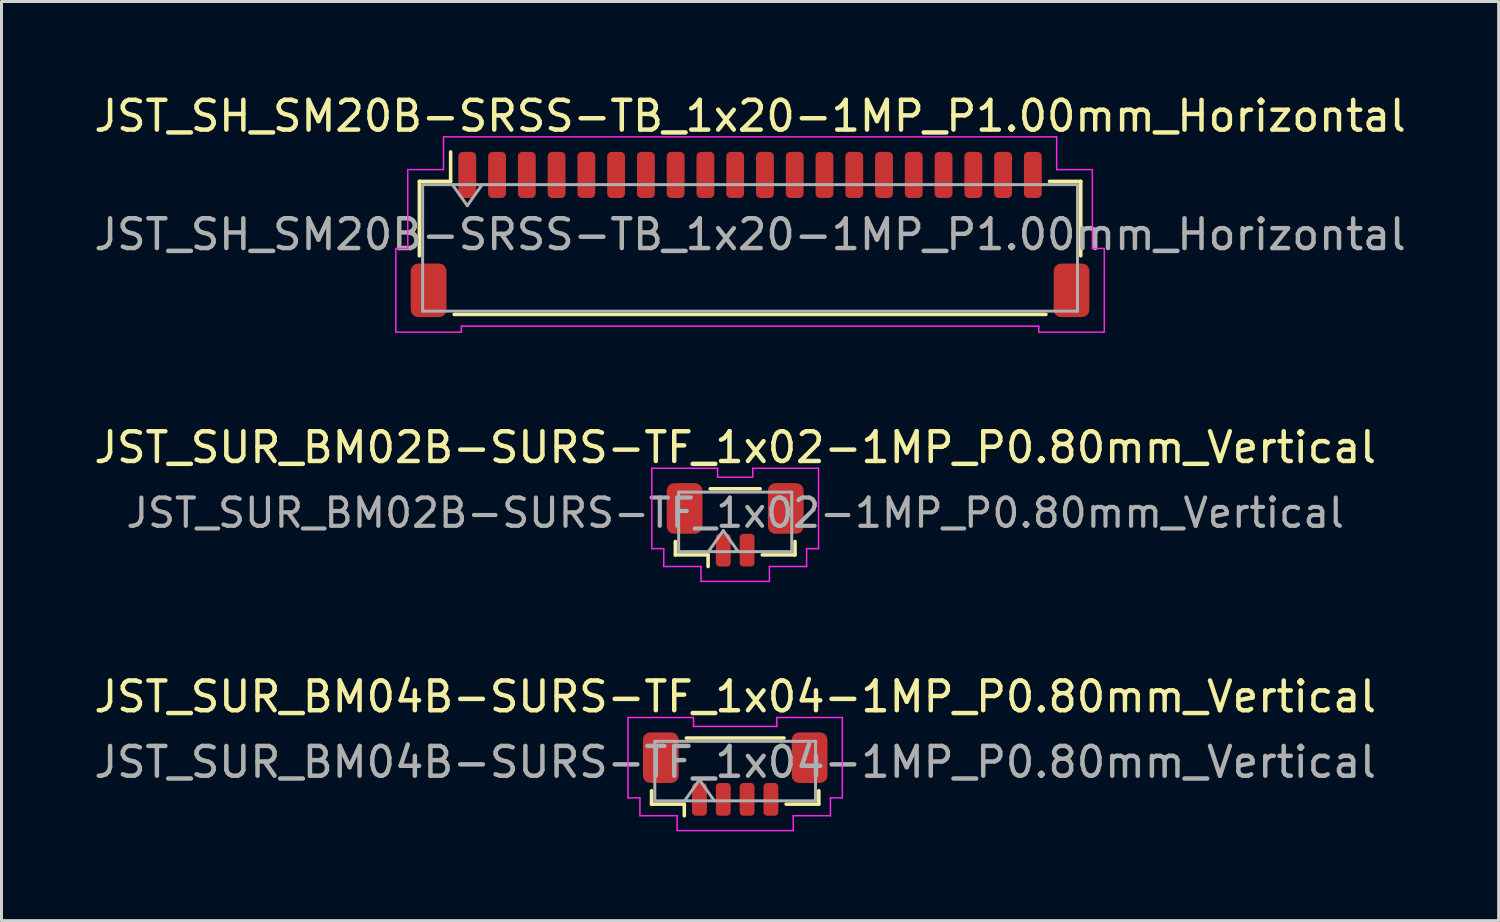
<source format=kicad_pcb>
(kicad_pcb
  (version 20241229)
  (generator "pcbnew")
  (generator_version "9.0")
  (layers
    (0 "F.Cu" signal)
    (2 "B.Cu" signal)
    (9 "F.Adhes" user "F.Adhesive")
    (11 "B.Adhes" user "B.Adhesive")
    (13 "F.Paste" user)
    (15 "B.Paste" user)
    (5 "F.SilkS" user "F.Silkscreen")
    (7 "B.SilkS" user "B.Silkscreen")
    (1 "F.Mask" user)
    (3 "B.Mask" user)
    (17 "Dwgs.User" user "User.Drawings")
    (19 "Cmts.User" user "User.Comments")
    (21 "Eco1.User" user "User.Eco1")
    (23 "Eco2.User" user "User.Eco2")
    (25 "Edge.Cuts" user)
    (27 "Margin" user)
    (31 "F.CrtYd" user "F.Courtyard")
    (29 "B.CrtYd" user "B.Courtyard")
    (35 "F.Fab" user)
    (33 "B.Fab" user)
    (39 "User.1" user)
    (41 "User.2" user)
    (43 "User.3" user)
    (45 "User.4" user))
  (footprint "JST_SUR_BM04B-SURS-TF_1x04-1MP_P0.80mm_Vertical"
    (layer "F.Cu")
    (at 21.649 22.955)
    (property "Reference" "JST_SUR_BM04B-SURS-TF_1x04-1MP_P0.80mm_Vertical" (at 0 -2.6 0) (layer "F.SilkS") (effects (font (size 1 1) (thickness 0.15))))
    (attr smd)
    (fp_line (start -2.81 0.56) (end -2.81 1.01) (stroke (width 0.12) (type solid)) (layer "F.SilkS"))
    (fp_line (start -2.81 1.01) (end -1.71 1.01) (stroke (width 0.12) (type solid)) (layer "F.SilkS"))
    (fp_line (start -1.71 1.01) (end -1.71 1.4) (stroke (width 0.12) (type solid)) (layer "F.SilkS"))
    (fp_line (start -1.64 -1.21) (end 1.64 -1.21) (stroke (width 0.12) (type solid)) (layer "F.SilkS"))
    (fp_line (start 2.81 0.56) (end 2.81 1.01) (stroke (width 0.12) (type solid)) (layer "F.SilkS"))
    (fp_line (start 2.81 1.01) (end 1.71 1.01) (stroke (width 0.12) (type solid)) (layer "F.SilkS"))
    (fp_line (start -3.6 -1.9) (end -1.4 -1.9) (stroke (width 0.05) (type solid)) (layer "F.CrtYd"))
    (fp_line (start -3.6 0.8) (end -3.6 -1.9) (stroke (width 0.05) (type solid)) (layer "F.CrtYd"))
    (fp_line (start -3.2 0.8) (end -3.6 0.8) (stroke (width 0.05) (type solid)) (layer "F.CrtYd"))
    (fp_line (start -3.2 1.4) (end -3.2 0.8) (stroke (width 0.05) (type solid)) (layer "F.CrtYd"))
    (fp_line (start -1.95 1.4) (end -3.2 1.4) (stroke (width 0.05) (type solid)) (layer "F.CrtYd"))
    (fp_line (start -1.95 1.9) (end -1.95 1.4) (stroke (width 0.05) (type solid)) (layer "F.CrtYd"))
    (fp_line (start -1.4 -1.9) (end -1.4 -1.6) (stroke (width 0.05) (type solid)) (layer "F.CrtYd"))
    (fp_line (start -1.4 -1.6) (end 1.4 -1.6) (stroke (width 0.05) (type solid)) (layer "F.CrtYd"))
    (fp_line (start 1.4 -1.9) (end 3.6 -1.9) (stroke (width 0.05) (type solid)) (layer "F.CrtYd"))
    (fp_line (start 1.4 -1.6) (end 1.4 -1.9) (stroke (width 0.05) (type solid)) (layer "F.CrtYd"))
    (fp_line (start 1.95 1.4) (end 1.95 1.9) (stroke (width 0.05) (type solid)) (layer "F.CrtYd"))
    (fp_line (start 1.95 1.9) (end -1.95 1.9) (stroke (width 0.05) (type solid)) (layer "F.CrtYd"))
    (fp_line (start 3.2 0.8) (end 3.2 1.4) (stroke (width 0.05) (type solid)) (layer "F.CrtYd"))
    (fp_line (start 3.2 1.4) (end 1.95 1.4) (stroke (width 0.05) (type solid)) (layer "F.CrtYd"))
    (fp_line (start 3.6 -1.9) (end 3.6 0.8) (stroke (width 0.05) (type solid)) (layer "F.CrtYd"))
    (fp_line (start 3.6 0.8) (end 3.2 0.8) (stroke (width 0.05) (type solid)) (layer "F.CrtYd"))
    (fp_line (start -2.7 -1.1) (end 2.7 -1.1) (stroke (width 0.1) (type solid)) (layer "F.Fab"))
    (fp_line (start -2.7 0.9) (end -2.7 -1.1) (stroke (width 0.1) (type solid)) (layer "F.Fab"))
    (fp_line (start -2.7 0.9) (end 2.7 0.9) (stroke (width 0.1) (type solid)) (layer "F.Fab"))
    (fp_line (start -1.7 0.9) (end -1.2 0.193) (stroke (width 0.1) (type solid)) (layer "F.Fab"))
    (fp_line (start -1.2 0.193) (end -0.7 0.9) (stroke (width 0.1) (type solid)) (layer "F.Fab"))
    (fp_line (start 2.7 0.9) (end 2.7 -1.1) (stroke (width 0.1) (type solid)) (layer "F.Fab"))
    (fp_text user "${REFERENCE}" (at 0 -0.4 0) (layer "F.Fab") (effects (font (size 1 1) (thickness 0.15))))
    (pad "1" smd roundrect (at -1.2 0.85) (size 0.5 1.1) (layers "F.Cu" "F.Mask" "F.Paste") (roundrect_rratio 0.25))
    (pad "2" smd roundrect (at -0.4 0.85) (size 0.5 1.1) (layers "F.Cu" "F.Mask" "F.Paste") (roundrect_rratio 0.25))
    (pad "3" smd roundrect (at 0.4 0.85) (size 0.5 1.1) (layers "F.Cu" "F.Mask" "F.Paste") (roundrect_rratio 0.25))
    (pad "4" smd roundrect (at 1.2 0.85) (size 0.5 1.1) (layers "F.Cu" "F.Mask" "F.Paste") (roundrect_rratio 0.25))
    (pad "MP" smd roundrect (at -2.5 -0.55) (size 1.2 1.7) (layers "F.Cu" "F.Mask" "F.Paste") (roundrect_rratio 0.208))
    (pad "MP" smd roundrect (at 2.5 -0.55) (size 1.2 1.7) (layers "F.Cu" "F.Mask" "F.Paste") (roundrect_rratio 0.208)))
  (footprint "JST_SH_SM20B-SRSS-TB_1x20-1MP_P1.00mm_Horizontal"
    (layer "F.Cu")
    (at 22.149 4.828)
    (property "Reference" "JST_SH_SM20B-SRSS-TB_1x20-1MP_P1.00mm_Horizontal" (at 0 -3.98 0) (layer "F.SilkS") (effects (font (size 1 1) (thickness 0.15))))
    (attr smd)
    (fp_line (start -11.11 -1.785) (end -10.06 -1.785) (stroke (width 0.12) (type solid)) (layer "F.SilkS"))
    (fp_line (start -11.11 0.715) (end -11.11 -1.785) (stroke (width 0.12) (type solid)) (layer "F.SilkS"))
    (fp_line (start -10.06 -1.785) (end -10.06 -2.775) (stroke (width 0.12) (type solid)) (layer "F.SilkS"))
    (fp_line (start -9.94 2.685) (end 9.94 2.685) (stroke (width 0.12) (type solid)) (layer "F.SilkS"))
    (fp_line (start 11.11 -1.785) (end 10.06 -1.785) (stroke (width 0.12) (type solid)) (layer "F.SilkS"))
    (fp_line (start 11.11 0.715) (end 11.11 -1.785) (stroke (width 0.12) (type solid)) (layer "F.SilkS"))
    (fp_line (start -11.9 0.47) (end -11.5 0.47) (stroke (width 0.05) (type solid)) (layer "F.CrtYd"))
    (fp_line (start -11.9 3.28) (end -11.9 0.47) (stroke (width 0.05) (type solid)) (layer "F.CrtYd"))
    (fp_line (start -11.5 -2.18) (end -10.3 -2.18) (stroke (width 0.05) (type solid)) (layer "F.CrtYd"))
    (fp_line (start -11.5 0.47) (end -11.5 -2.18) (stroke (width 0.05) (type solid)) (layer "F.CrtYd"))
    (fp_line (start -10.3 -3.28) (end 10.3 -3.28) (stroke (width 0.05) (type solid)) (layer "F.CrtYd"))
    (fp_line (start -10.3 -2.18) (end -10.3 -3.28) (stroke (width 0.05) (type solid)) (layer "F.CrtYd"))
    (fp_line (start -9.7 3.08) (end -9.7 3.28) (stroke (width 0.05) (type solid)) (layer "F.CrtYd"))
    (fp_line (start -9.7 3.28) (end -11.9 3.28) (stroke (width 0.05) (type solid)) (layer "F.CrtYd"))
    (fp_line (start 9.7 3.08) (end -9.7 3.08) (stroke (width 0.05) (type solid)) (layer "F.CrtYd"))
    (fp_line (start 9.7 3.28) (end 9.7 3.08) (stroke (width 0.05) (type solid)) (layer "F.CrtYd"))
    (fp_line (start 10.3 -3.28) (end 10.3 -2.18) (stroke (width 0.05) (type solid)) (layer "F.CrtYd"))
    (fp_line (start 10.3 -2.18) (end 11.5 -2.18) (stroke (width 0.05) (type solid)) (layer "F.CrtYd"))
    (fp_line (start 11.5 -2.18) (end 11.5 0.47) (stroke (width 0.05) (type solid)) (layer "F.CrtYd"))
    (fp_line (start 11.5 0.47) (end 11.9 0.47) (stroke (width 0.05) (type solid)) (layer "F.CrtYd"))
    (fp_line (start 11.9 0.47) (end 11.9 3.28) (stroke (width 0.05) (type solid)) (layer "F.CrtYd"))
    (fp_line (start 11.9 3.28) (end 9.7 3.28) (stroke (width 0.05) (type solid)) (layer "F.CrtYd"))
    (fp_line (start -11 -1.675) (end -11 2.575) (stroke (width 0.1) (type solid)) (layer "F.Fab"))
    (fp_line (start -11 -1.675) (end 11 -1.675) (stroke (width 0.1) (type solid)) (layer "F.Fab"))
    (fp_line (start -11 2.575) (end 11 2.575) (stroke (width 0.1) (type solid)) (layer "F.Fab"))
    (fp_line (start -10 -1.675) (end -9.5 -0.968) (stroke (width 0.1) (type solid)) (layer "F.Fab"))
    (fp_line (start -9.5 -0.968) (end -9 -1.675) (stroke (width 0.1) (type solid)) (layer "F.Fab"))
    (fp_line (start 11 -1.675) (end 11 2.575) (stroke (width 0.1) (type solid)) (layer "F.Fab"))
    (fp_text user "${REFERENCE}" (at 0 0 0) (layer "F.Fab") (effects (font (size 1 1) (thickness 0.15))))
    (pad "1" smd roundrect (at -9.5 -2) (size 0.6 1.55) (layers "F.Cu" "F.Mask" "F.Paste") (roundrect_rratio 0.25))
    (pad "2" smd roundrect (at -8.5 -2) (size 0.6 1.55) (layers "F.Cu" "F.Mask" "F.Paste") (roundrect_rratio 0.25))
    (pad "3" smd roundrect (at -7.5 -2) (size 0.6 1.55) (layers "F.Cu" "F.Mask" "F.Paste") (roundrect_rratio 0.25))
    (pad "4" smd roundrect (at -6.5 -2) (size 0.6 1.55) (layers "F.Cu" "F.Mask" "F.Paste") (roundrect_rratio 0.25))
    (pad "5" smd roundrect (at -5.5 -2) (size 0.6 1.55) (layers "F.Cu" "F.Mask" "F.Paste") (roundrect_rratio 0.25))
    (pad "6" smd roundrect (at -4.5 -2) (size 0.6 1.55) (layers "F.Cu" "F.Mask" "F.Paste") (roundrect_rratio 0.25))
    (pad "7" smd roundrect (at -3.5 -2) (size 0.6 1.55) (layers "F.Cu" "F.Mask" "F.Paste") (roundrect_rratio 0.25))
    (pad "8" smd roundrect (at -2.5 -2) (size 0.6 1.55) (layers "F.Cu" "F.Mask" "F.Paste") (roundrect_rratio 0.25))
    (pad "9" smd roundrect (at -1.5 -2) (size 0.6 1.55) (layers "F.Cu" "F.Mask" "F.Paste") (roundrect_rratio 0.25))
    (pad "10" smd roundrect (at -0.5 -2) (size 0.6 1.55) (layers "F.Cu" "F.Mask" "F.Paste") (roundrect_rratio 0.25))
    (pad "11" smd roundrect (at 0.5 -2) (size 0.6 1.55) (layers "F.Cu" "F.Mask" "F.Paste") (roundrect_rratio 0.25))
    (pad "12" smd roundrect (at 1.5 -2) (size 0.6 1.55) (layers "F.Cu" "F.Mask" "F.Paste") (roundrect_rratio 0.25))
    (pad "13" smd roundrect (at 2.5 -2) (size 0.6 1.55) (layers "F.Cu" "F.Mask" "F.Paste") (roundrect_rratio 0.25))
    (pad "14" smd roundrect (at 3.5 -2) (size 0.6 1.55) (layers "F.Cu" "F.Mask" "F.Paste") (roundrect_rratio 0.25))
    (pad "15" smd roundrect (at 4.5 -2) (size 0.6 1.55) (layers "F.Cu" "F.Mask" "F.Paste") (roundrect_rratio 0.25))
    (pad "16" smd roundrect (at 5.5 -2) (size 0.6 1.55) (layers "F.Cu" "F.Mask" "F.Paste") (roundrect_rratio 0.25))
    (pad "17" smd roundrect (at 6.5 -2) (size 0.6 1.55) (layers "F.Cu" "F.Mask" "F.Paste") (roundrect_rratio 0.25))
    (pad "18" smd roundrect (at 7.5 -2) (size 0.6 1.55) (layers "F.Cu" "F.Mask" "F.Paste") (roundrect_rratio 0.25))
    (pad "19" smd roundrect (at 8.5 -2) (size 0.6 1.55) (layers "F.Cu" "F.Mask" "F.Paste") (roundrect_rratio 0.25))
    (pad "20" smd roundrect (at 9.5 -2) (size 0.6 1.55) (layers "F.Cu" "F.Mask" "F.Paste") (roundrect_rratio 0.25))
    (pad "MP" smd roundrect (at -10.8 1.875) (size 1.2 1.8) (layers "F.Cu" "F.Mask" "F.Paste") (roundrect_rratio 0.208))
    (pad "MP" smd roundrect (at 10.8 1.875) (size 1.2 1.8) (layers "F.Cu" "F.Mask" "F.Paste") (roundrect_rratio 0.208)))
  (footprint "JST_SUR_BM02B-SURS-TF_1x02-1MP_P0.80mm_Vertical"
    (layer "F.Cu")
    (at 21.649 14.582)
    (property "Reference" "JST_SUR_BM02B-SURS-TF_1x02-1MP_P0.80mm_Vertical" (at 0 -2.6 0) (layer "F.SilkS") (effects (font (size 1 1) (thickness 0.15))))
    (attr smd)
    (fp_line (start -2.01 0.56) (end -2.01 1.01) (stroke (width 0.12) (type solid)) (layer "F.SilkS"))
    (fp_line (start -2.01 1.01) (end -0.91 1.01) (stroke (width 0.12) (type solid)) (layer "F.SilkS"))
    (fp_line (start -0.91 1.01) (end -0.91 1.4) (stroke (width 0.12) (type solid)) (layer "F.SilkS"))
    (fp_line (start -0.84 -1.21) (end 0.84 -1.21) (stroke (width 0.12) (type solid)) (layer "F.SilkS"))
    (fp_line (start 2.01 0.56) (end 2.01 1.01) (stroke (width 0.12) (type solid)) (layer "F.SilkS"))
    (fp_line (start 2.01 1.01) (end 0.91 1.01) (stroke (width 0.12) (type solid)) (layer "F.SilkS"))
    (fp_line (start -2.8 -1.9) (end -0.59 -1.9) (stroke (width 0.05) (type solid)) (layer "F.CrtYd"))
    (fp_line (start -2.8 0.8) (end -2.8 -1.9) (stroke (width 0.05) (type solid)) (layer "F.CrtYd"))
    (fp_line (start -2.4 0.8) (end -2.8 0.8) (stroke (width 0.05) (type solid)) (layer "F.CrtYd"))
    (fp_line (start -2.4 1.4) (end -2.4 0.8) (stroke (width 0.05) (type solid)) (layer "F.CrtYd"))
    (fp_line (start -1.15 1.4) (end -2.4 1.4) (stroke (width 0.05) (type solid)) (layer "F.CrtYd"))
    (fp_line (start -1.15 1.9) (end -1.15 1.4) (stroke (width 0.05) (type solid)) (layer "F.CrtYd"))
    (fp_line (start -0.59 -1.9) (end -0.59 -1.6) (stroke (width 0.05) (type solid)) (layer "F.CrtYd"))
    (fp_line (start -0.59 -1.6) (end 0.59 -1.6) (stroke (width 0.05) (type solid)) (layer "F.CrtYd"))
    (fp_line (start 0.59 -1.9) (end 2.8 -1.9) (stroke (width 0.05) (type solid)) (layer "F.CrtYd"))
    (fp_line (start 0.59 -1.6) (end 0.59 -1.9) (stroke (width 0.05) (type solid)) (layer "F.CrtYd"))
    (fp_line (start 1.15 1.4) (end 1.15 1.9) (stroke (width 0.05) (type solid)) (layer "F.CrtYd"))
    (fp_line (start 1.15 1.9) (end -1.15 1.9) (stroke (width 0.05) (type solid)) (layer "F.CrtYd"))
    (fp_line (start 2.4 0.8) (end 2.4 1.4) (stroke (width 0.05) (type solid)) (layer "F.CrtYd"))
    (fp_line (start 2.4 1.4) (end 1.15 1.4) (stroke (width 0.05) (type solid)) (layer "F.CrtYd"))
    (fp_line (start 2.8 -1.9) (end 2.8 0.8) (stroke (width 0.05) (type solid)) (layer "F.CrtYd"))
    (fp_line (start 2.8 0.8) (end 2.4 0.8) (stroke (width 0.05) (type solid)) (layer "F.CrtYd"))
    (fp_line (start -1.9 -1.1) (end 1.9 -1.1) (stroke (width 0.1) (type solid)) (layer "F.Fab"))
    (fp_line (start -1.9 0.9) (end -1.9 -1.1) (stroke (width 0.1) (type solid)) (layer "F.Fab"))
    (fp_line (start -1.9 0.9) (end 1.9 0.9) (stroke (width 0.1) (type solid)) (layer "F.Fab"))
    (fp_line (start -0.9 0.9) (end -0.4 0.193) (stroke (width 0.1) (type solid)) (layer "F.Fab"))
    (fp_line (start -0.4 0.193) (end 0.1 0.9) (stroke (width 0.1) (type solid)) (layer "F.Fab"))
    (fp_line (start 1.9 0.9) (end 1.9 -1.1) (stroke (width 0.1) (type solid)) (layer "F.Fab"))
    (fp_text user "${REFERENCE}" (at 0 -0.4 0) (layer "F.Fab") (effects (font (size 0.95 0.95) (thickness 0.14))))
    (pad "1" smd roundrect (at -0.4 0.85) (size 0.5 1.1) (layers "F.Cu" "F.Mask" "F.Paste") (roundrect_rratio 0.25))
    (pad "2" smd roundrect (at 0.4 0.85) (size 0.5 1.1) (layers "F.Cu" "F.Mask" "F.Paste") (roundrect_rratio 0.25))
    (pad "MP" smd roundrect (at -1.7 -0.55) (size 1.2 1.7) (layers "F.Cu" "F.Mask" "F.Paste") (roundrect_rratio 0.208))
    (pad "MP" smd roundrect (at 1.7 -0.55) (size 1.2 1.7) (layers "F.Cu" "F.Mask" "F.Paste") (roundrect_rratio 0.208)))
  (gr_rect
    (start -3 -3)
    (end 47.298 27.88)
    (stroke (width 0.1) (type default))
    (fill no)
    (layer "Edge.Cuts")))
</source>
